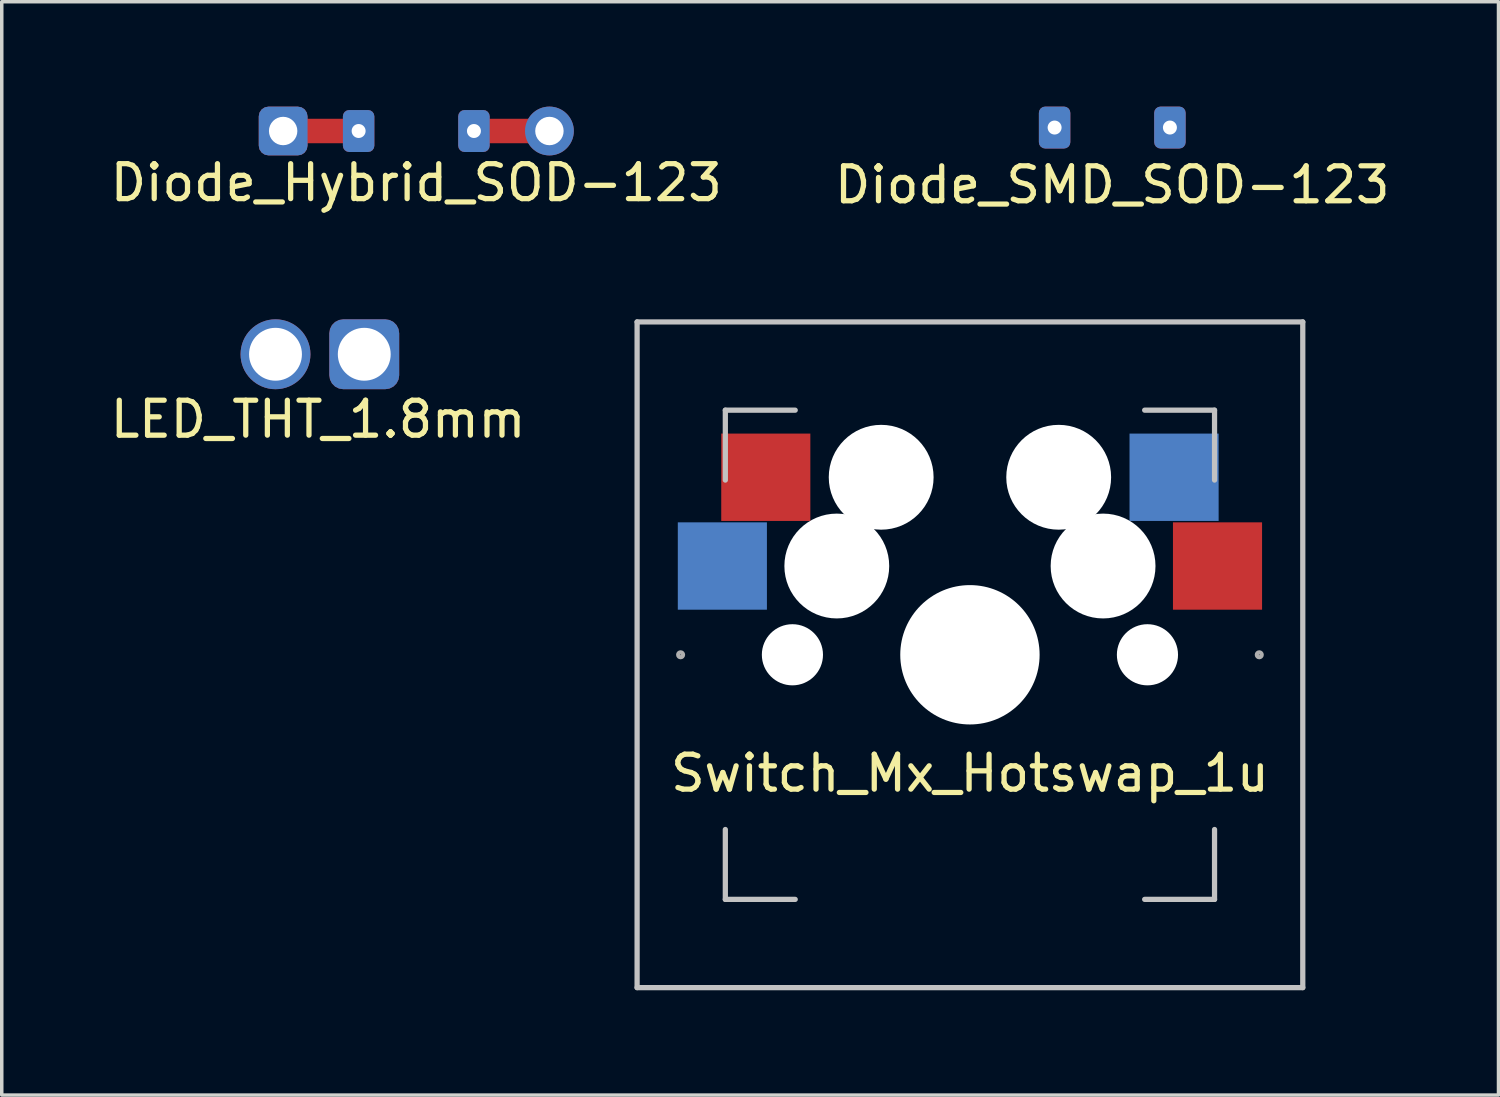
<source format=kicad_pcb>
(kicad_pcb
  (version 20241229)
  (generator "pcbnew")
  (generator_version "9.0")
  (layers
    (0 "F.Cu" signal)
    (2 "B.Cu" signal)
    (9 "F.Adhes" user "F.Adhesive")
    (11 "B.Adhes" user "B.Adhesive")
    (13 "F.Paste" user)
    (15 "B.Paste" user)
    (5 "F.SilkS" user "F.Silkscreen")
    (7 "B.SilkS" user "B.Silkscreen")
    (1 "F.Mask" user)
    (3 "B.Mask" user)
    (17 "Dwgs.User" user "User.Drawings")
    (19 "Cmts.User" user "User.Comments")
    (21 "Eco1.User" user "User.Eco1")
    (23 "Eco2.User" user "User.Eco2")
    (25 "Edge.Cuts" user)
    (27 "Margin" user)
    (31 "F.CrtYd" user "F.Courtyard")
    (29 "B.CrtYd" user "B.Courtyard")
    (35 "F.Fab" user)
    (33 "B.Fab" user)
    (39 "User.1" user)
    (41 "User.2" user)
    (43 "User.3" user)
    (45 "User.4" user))
  (footprint "Diode_Hybrid_SOD-123"
    (layer "F.Cu")
    (at 8.863 0.699)
    (property "Reference" "Diode_Hybrid_SOD-123" (at 0 1.48 0) (layer "F.SilkS") (effects (font (size 1 1) (thickness 0.15))))
    (attr through_hole)
    (pad "1" thru_hole roundrect (at -3.81 0) (size 1.397 1.397) (drill 0.813) (layers "*.Cu" "*.Mask") (roundrect_rratio 0.2))
    (pad "1" smd rect (at -2.4 0) (size 2 0.7) (layers "F.Cu"))
    (pad "1" thru_hole circle (at -1.65 0) (size 0.8 0.8) (drill 0.4) (layers "*.Cu" "*.Mask"))
    (pad "1" smd roundrect (at -1.65 0) (size 0.9 1.2) (layers "F.Cu" "F.Mask" "F.Paste") (roundrect_rratio 0.2))
    (pad "1" smd roundrect (at -1.65 0) (size 0.9 1.2) (layers "B.Cu" "B.Mask" "B.Paste") (roundrect_rratio 0.2))
    (pad "2" thru_hole circle (at 1.65 0) (size 0.8 0.8) (drill 0.4) (layers "*.Cu" "*.Mask"))
    (pad "2" smd roundrect (at 1.65 0) (size 0.9 1.2) (layers "F.Cu" "F.Mask" "F.Paste") (roundrect_rratio 0.2))
    (pad "2" smd roundrect (at 1.65 0) (size 0.9 1.2) (layers "B.Cu" "B.Mask" "B.Paste") (roundrect_rratio 0.2))
    (pad "2" smd rect (at 2.4 0) (size 2 0.7) (layers "F.Cu"))
    (pad "2" thru_hole circle (at 3.81 0) (size 1.397 1.397) (drill 0.813) (layers "*.Cu" "*.Mask")))
  (footprint "Diode_SMD_SOD-123"
    (layer "F.Cu")
    (at 28.78 0.6)
    (property "Reference" "Diode_SMD_SOD-123" (at 0 1.64 0) (layer "F.SilkS") (effects (font (size 1 1) (thickness 0.15))))
    (attr through_hole)
    (pad "1" thru_hole circle (at -1.65 0) (size 0.8 0.8) (drill 0.4) (layers "*.Cu" "*.Mask"))
    (pad "1" smd roundrect (at -1.65 0) (size 0.9 1.2) (layers "F.Cu" "F.Mask" "F.Paste") (roundrect_rratio 0.2))
    (pad "1" smd roundrect (at -1.65 0) (size 0.9 1.2) (layers "B.Cu" "B.Mask" "B.Paste") (roundrect_rratio 0.2))
    (pad "2" thru_hole circle (at 1.65 0) (size 0.8 0.8) (drill 0.4) (layers "*.Cu" "*.Mask"))
    (pad "2" smd roundrect (at 1.65 0) (size 0.9 1.2) (layers "F.Cu" "F.Mask" "F.Paste") (roundrect_rratio 0.2))
    (pad "2" smd roundrect (at 1.65 0) (size 0.9 1.2) (layers "B.Cu" "B.Mask" "B.Paste") (roundrect_rratio 0.2)))
  (footprint "LED_THT_1.8mm"
    (layer "F.Cu")
    (at 6.104 7.088)
    (property "Reference" "LED_THT_1.8mm" (at -0.05 1.86 0) (layer "F.SilkS") (effects (font (size 1 1) (thickness 0.15))))
    (attr through_hole)
    (pad "1" thru_hole circle (at -1.27 0) (size 2 2) (drill 1.513) (layers "*.Cu" "*.Mask"))
    (pad "2" thru_hole roundrect (at 1.27 0) (size 2 2) (drill 1.513) (layers "*.Cu" "*.Mask") (roundrect_rratio 0.2)))
  (footprint "Switch_Mx_Hotswap_1u"
    (layer "F.Cu")
    (at 24.707 15.688)
    (property "Reference" "Switch_Mx_Hotswap_1u" (at 0 3.39 0) (layer "F.SilkS") (effects (font (size 1 1) (thickness 0.15))))
    (attr through_hole)
    (fp_line (start -9.525 -9.525) (end 9.525 -9.525) (stroke (width 0.15) (type solid)) (layer "Dwgs.User"))
    (fp_line (start -9.525 9.525) (end -9.525 -9.525) (stroke (width 0.15) (type solid)) (layer "Dwgs.User"))
    (fp_line (start -7 -7) (end -7 -5) (stroke (width 0.15) (type solid)) (layer "Dwgs.User"))
    (fp_line (start -7 7) (end -7 5) (stroke (width 0.15) (type solid)) (layer "Dwgs.User"))
    (fp_line (start -5 -7) (end -7 -7) (stroke (width 0.15) (type solid)) (layer "Dwgs.User"))
    (fp_line (start -5 7) (end -7 7) (stroke (width 0.15) (type solid)) (layer "Dwgs.User"))
    (fp_line (start 5 -7) (end 7 -7) (stroke (width 0.15) (type solid)) (layer "Dwgs.User"))
    (fp_line (start 7 -7) (end 7 -5) (stroke (width 0.15) (type solid)) (layer "Dwgs.User"))
    (fp_line (start 7 5) (end 7 7) (stroke (width 0.15) (type solid)) (layer "Dwgs.User"))
    (fp_line (start 7 7) (end 5 7) (stroke (width 0.15) (type solid)) (layer "Dwgs.User"))
    (fp_line (start 9.525 -9.525) (end 9.525 9.525) (stroke (width 0.15) (type solid)) (layer "Dwgs.User"))
    (fp_line (start 9.525 9.525) (end -9.525 9.525) (stroke (width 0.15) (type solid)) (layer "Dwgs.User"))
    (fp_circle (center -8.28 0) (end -8.28 0.01) (stroke (width 0.12) (type solid)) (fill no) (layer "F.Fab"))
    (fp_circle (center 8.28 0) (end 8.28 0.01) (stroke (width 0.12) (type solid)) (fill no) (layer "F.Fab"))
    (pad "" np_thru_hole circle (at -5.08 0 48.1) (size 1.75 1.75) (drill 1.75) (layers "*.Cu" "*.Mask"))
    (pad "" np_thru_hole circle (at -3.81 -2.54) (size 3 3) (drill 3) (layers "*.Cu" "*.Mask"))
    (pad "" np_thru_hole circle (at -2.54 -5.08) (size 3 3) (drill 3) (layers "*.Cu" "*.Mask"))
    (pad "" np_thru_hole circle (at 0 0) (size 3.988 3.988) (drill 3.988) (layers "*.Cu" "*.Mask"))
    (pad "" np_thru_hole circle (at 2.54 -5.08) (size 3 3) (drill 3) (layers "*.Cu" "*.Mask"))
    (pad "" np_thru_hole circle (at 3.81 -2.54) (size 3 3) (drill 3) (layers "*.Cu" "*.Mask"))
    (pad "" np_thru_hole circle (at 5.08 0 48.1) (size 1.75 1.75) (drill 1.75) (layers "*.Cu" "*.Mask"))
    (pad "1" smd rect (at -7.085 -2.54) (size 2.55 2.5) (layers "B.Cu" "B.Mask" "B.Paste"))
    (pad "1" smd rect (at 7.085 -2.54) (size 2.55 2.5) (layers "F.Cu" "F.Mask" "F.Paste"))
    (pad "2" smd rect (at -5.842 -5.08) (size 2.55 2.5) (layers "F.Cu" "F.Mask" "F.Paste"))
    (pad "2" smd rect (at 5.842 -5.08) (size 2.55 2.5) (layers "B.Cu" "B.Mask" "B.Paste")))
  (gr_rect
    (start -3 -3)
    (end 39.833 28.288)
    (stroke (width 0.1) (type default))
    (fill no)
    (layer "Edge.Cuts")))
</source>
